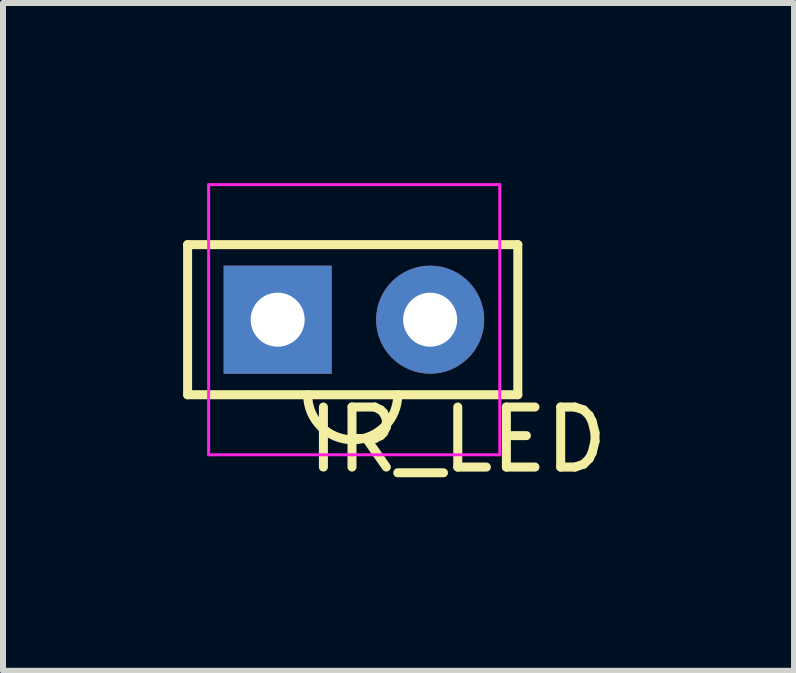
<source format=kicad_pcb>
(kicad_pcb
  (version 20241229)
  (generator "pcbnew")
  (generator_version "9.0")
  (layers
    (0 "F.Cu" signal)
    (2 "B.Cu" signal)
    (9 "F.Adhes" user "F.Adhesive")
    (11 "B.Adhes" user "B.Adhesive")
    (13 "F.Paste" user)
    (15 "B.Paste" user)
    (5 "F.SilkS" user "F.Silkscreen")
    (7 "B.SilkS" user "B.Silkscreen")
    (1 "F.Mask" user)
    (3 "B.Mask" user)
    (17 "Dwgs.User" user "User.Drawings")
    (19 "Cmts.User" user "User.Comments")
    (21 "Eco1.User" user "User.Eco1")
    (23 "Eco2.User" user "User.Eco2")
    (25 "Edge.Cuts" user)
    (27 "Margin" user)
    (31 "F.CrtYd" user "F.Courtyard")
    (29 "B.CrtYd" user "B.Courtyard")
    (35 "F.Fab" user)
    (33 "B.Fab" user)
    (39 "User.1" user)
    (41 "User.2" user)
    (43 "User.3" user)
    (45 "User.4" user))
  (footprint "IR_LED"
    (layer "F.Cu")
    (at 1.575 2.275)
    (property "Reference" "IR_LED" (at 3 2 0) (layer "F.SilkS") (effects (font (size 1 1) (thickness 0.15))))
    (attr through_hole)
    (fp_line (start -1.5 -1.25) (end 4 -1.25) (stroke (width 0.15) (type solid)) (layer "F.SilkS"))
    (fp_line (start -1.5 1.25) (end -1.5 -1.25) (stroke (width 0.15) (type solid)) (layer "F.SilkS"))
    (fp_line (start 4 -1.25) (end 4 1.25) (stroke (width 0.15) (type solid)) (layer "F.SilkS"))
    (fp_line (start 4 1.25) (end -1.5 1.25) (stroke (width 0.15) (type solid)) (layer "F.SilkS"))
    (fp_arc (start 1.25 2) (mid 0.71967 1.78033) (end 0.5 1.25) (stroke (width 0.15) (type solid)) (layer "F.SilkS"))
    (fp_arc (start 2 1.25) (mid 1.78033 1.78033) (end 1.25 2) (stroke (width 0.15) (type solid)) (layer "F.SilkS"))
    (fp_line (start -1.15 -2.25) (end -1.15 2.25) (stroke (width 0.05) (type solid)) (layer "F.CrtYd"))
    (fp_line (start -1.15 2.25) (end 3.7 2.25) (stroke (width 0.05) (type solid)) (layer "F.CrtYd"))
    (fp_line (start 3.7 -2.25) (end -1.15 -2.25) (stroke (width 0.05) (type solid)) (layer "F.CrtYd"))
    (fp_line (start 3.7 2.25) (end 3.7 -2.25) (stroke (width 0.05) (type solid)) (layer "F.CrtYd"))
    (pad "1" thru_hole rect (at 0 0) (size 1.8 1.8) (drill 0.9) (layers "*.Cu" "*.Mask"))
    (pad "2" thru_hole circle (at 2.54 0) (size 1.8 1.8) (drill 0.9) (layers "*.Cu" "*.Mask")))
  (gr_rect
    (start -3 -3)
    (end 10.176 8.123)
    (stroke (width 0.1) (type default))
    (fill no)
    (layer "Edge.Cuts")))
</source>
